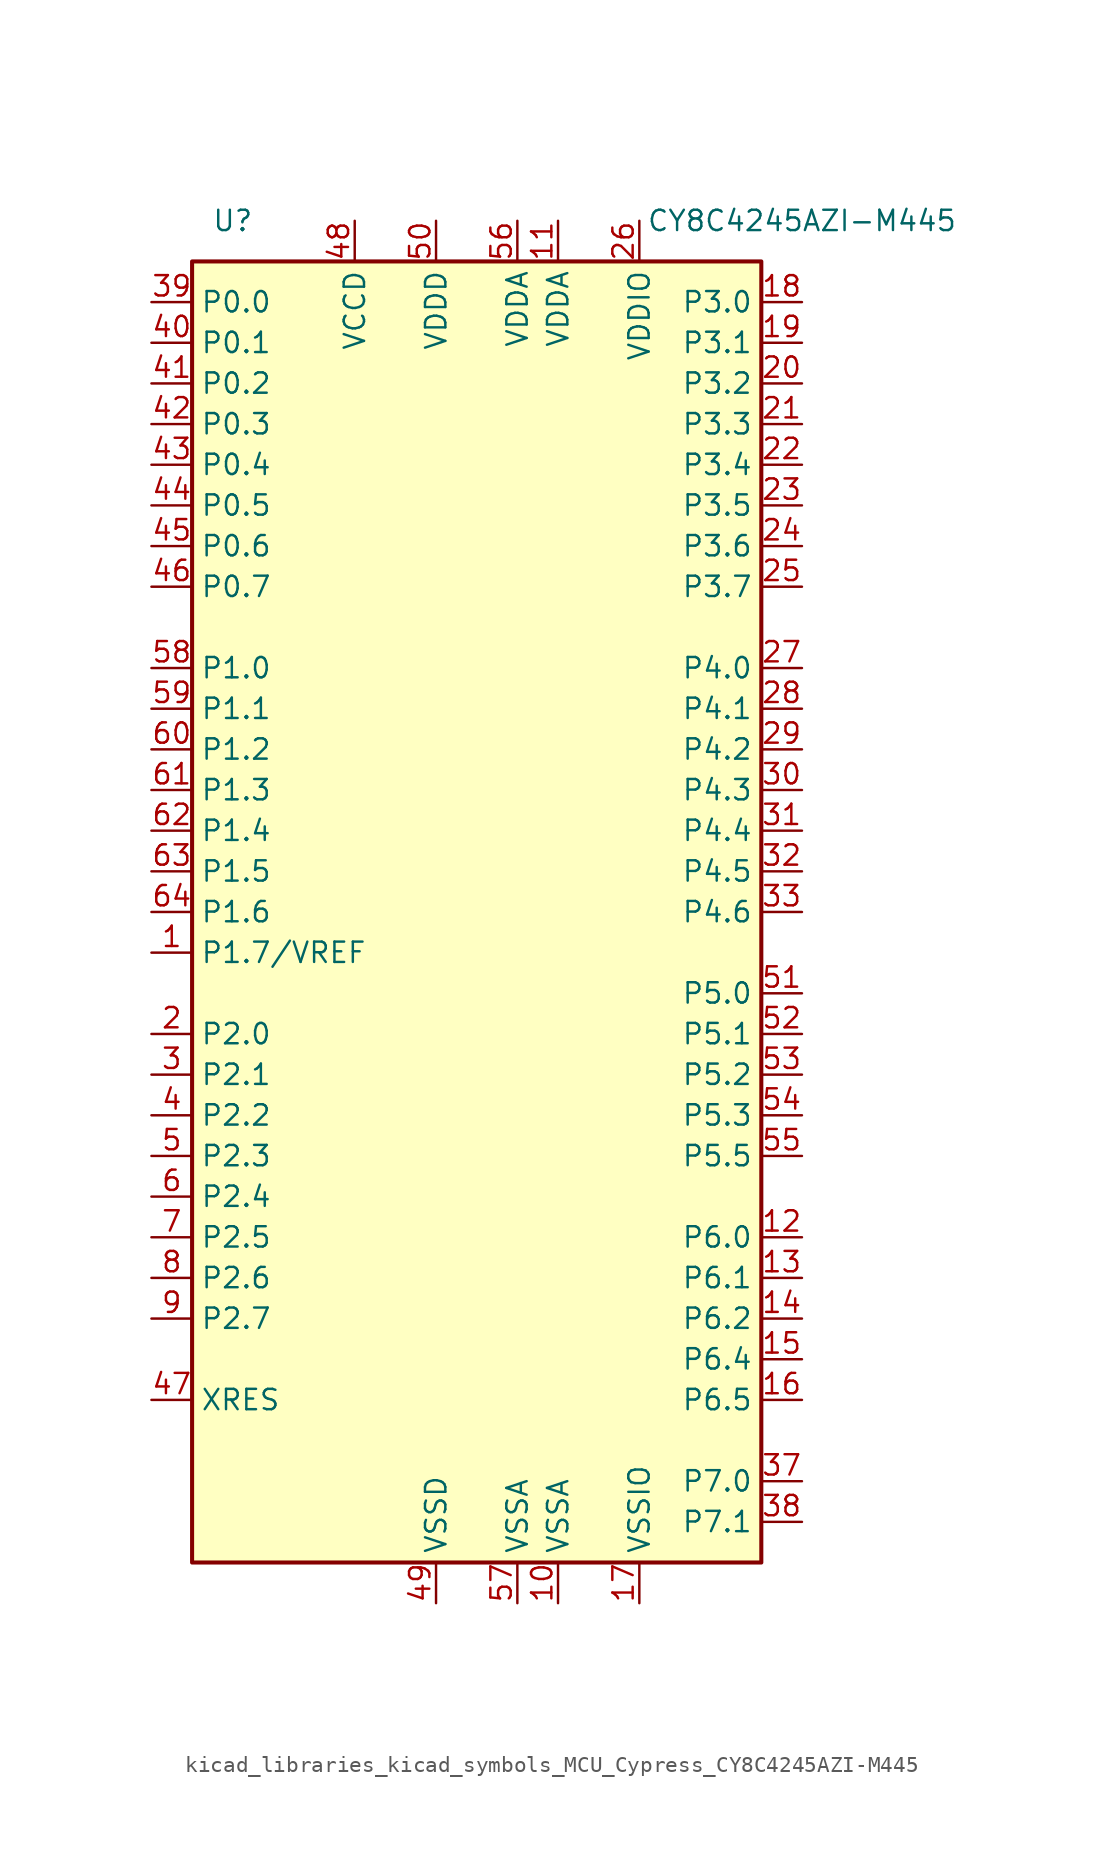
<source format=kicad_sym>
(kicad_symbol_lib
  (version 20220914)
  (generator kicad_symbol_editor)
  (symbol "kicad_libraries_kicad_symbols_MCU_Cypress_CY8C4245AZI-M445"
    (property "Reference" "U"
      (at -15.24 43.18 0)
      (effects (font (size 1.27 1.27))))
    (property "Value" "CY8C4245AZI-M445"
      (at 20.32 43.18 0)
      (effects (font (size 1.27 1.27))))
    (symbol "kicad_libraries_kicad_symbols_MCU_Cypress_CY8C4245AZI-M445_0_1"
      (rectangle (start -17.78 40.64) (end 17.78 -40.64) (stroke (width 0.254) (type default)) (fill (type background))))
    (symbol "kicad_libraries_kicad_symbols_MCU_Cypress_CY8C4245AZI-M445_1_1"
      (pin bidirectional line (at -20.32 -2.54 0) (length 2.54) (name "P1.7/VREF" (effects (font (size 1.27 1.27)))) (number "1" (effects (font (size 1.27 1.27)))))
      (pin power_in line (at 5.08 -43.18 90) (length 2.54) (name "VSSA" (effects (font (size 1.27 1.27)))) (number "10" (effects (font (size 1.27 1.27)))))
      (pin power_in line (at 5.08 43.18 270) (length 2.54) (name "VDDA" (effects (font (size 1.27 1.27)))) (number "11" (effects (font (size 1.27 1.27)))))
      (pin bidirectional line (at 20.32 -20.32 180) (length 2.54) (name "P6.0" (effects (font (size 1.27 1.27)))) (number "12" (effects (font (size 1.27 1.27)))))
      (pin bidirectional line (at 20.32 -22.86 180) (length 2.54) (name "P6.1" (effects (font (size 1.27 1.27)))) (number "13" (effects (font (size 1.27 1.27)))))
      (pin bidirectional line (at 20.32 -25.4 180) (length 2.54) (name "P6.2" (effects (font (size 1.27 1.27)))) (number "14" (effects (font (size 1.27 1.27)))))
      (pin bidirectional line (at 20.32 -27.94 180) (length 2.54) (name "P6.4" (effects (font (size 1.27 1.27)))) (number "15" (effects (font (size 1.27 1.27)))))
      (pin bidirectional line (at 20.32 -30.48 180) (length 2.54) (name "P6.5" (effects (font (size 1.27 1.27)))) (number "16" (effects (font (size 1.27 1.27)))))
      (pin power_in line (at 10.16 -43.18 90) (length 2.54) (name "VSSIO" (effects (font (size 1.27 1.27)))) (number "17" (effects (font (size 1.27 1.27)))))
      (pin bidirectional line (at 20.32 38.1 180) (length 2.54) (name "P3.0" (effects (font (size 1.27 1.27)))) (number "18" (effects (font (size 1.27 1.27)))))
      (pin bidirectional line (at 20.32 35.56 180) (length 2.54) (name "P3.1" (effects (font (size 1.27 1.27)))) (number "19" (effects (font (size 1.27 1.27)))))
      (pin bidirectional line (at -20.32 -7.62 0) (length 2.54) (name "P2.0" (effects (font (size 1.27 1.27)))) (number "2" (effects (font (size 1.27 1.27)))))
      (pin bidirectional line (at 20.32 33.02 180) (length 2.54) (name "P3.2" (effects (font (size 1.27 1.27)))) (number "20" (effects (font (size 1.27 1.27)))))
      (pin bidirectional line (at 20.32 30.48 180) (length 2.54) (name "P3.3" (effects (font (size 1.27 1.27)))) (number "21" (effects (font (size 1.27 1.27)))))
      (pin bidirectional line (at 20.32 27.94 180) (length 2.54) (name "P3.4" (effects (font (size 1.27 1.27)))) (number "22" (effects (font (size 1.27 1.27)))))
      (pin bidirectional line (at 20.32 25.4 180) (length 2.54) (name "P3.5" (effects (font (size 1.27 1.27)))) (number "23" (effects (font (size 1.27 1.27)))))
      (pin bidirectional line (at 20.32 22.86 180) (length 2.54) (name "P3.6" (effects (font (size 1.27 1.27)))) (number "24" (effects (font (size 1.27 1.27)))))
      (pin bidirectional line (at 20.32 20.32 180) (length 2.54) (name "P3.7" (effects (font (size 1.27 1.27)))) (number "25" (effects (font (size 1.27 1.27)))))
      (pin power_in line (at 10.16 43.18 270) (length 2.54) (name "VDDIO" (effects (font (size 1.27 1.27)))) (number "26" (effects (font (size 1.27 1.27)))))
      (pin bidirectional line (at 20.32 15.24 180) (length 2.54) (name "P4.0" (effects (font (size 1.27 1.27)))) (number "27" (effects (font (size 1.27 1.27)))))
      (pin bidirectional line (at 20.32 12.7 180) (length 2.54) (name "P4.1" (effects (font (size 1.27 1.27)))) (number "28" (effects (font (size 1.27 1.27)))))
      (pin bidirectional line (at 20.32 10.16 180) (length 2.54) (name "P4.2" (effects (font (size 1.27 1.27)))) (number "29" (effects (font (size 1.27 1.27)))))
      (pin bidirectional line (at -20.32 -10.16 0) (length 2.54) (name "P2.1" (effects (font (size 1.27 1.27)))) (number "3" (effects (font (size 1.27 1.27)))))
      (pin bidirectional line (at 20.32 7.62 180) (length 2.54) (name "P4.3" (effects (font (size 1.27 1.27)))) (number "30" (effects (font (size 1.27 1.27)))))
      (pin bidirectional line (at 20.32 5.08 180) (length 2.54) (name "P4.4" (effects (font (size 1.27 1.27)))) (number "31" (effects (font (size 1.27 1.27)))))
      (pin bidirectional line (at 20.32 2.54 180) (length 2.54) (name "P4.5" (effects (font (size 1.27 1.27)))) (number "32" (effects (font (size 1.27 1.27)))))
      (pin bidirectional line (at 20.32 0 180) (length 2.54) (name "P4.6" (effects (font (size 1.27 1.27)))) (number "33" (effects (font (size 1.27 1.27)))))
      (pin bidirectional line (at 20.32 -35.56 180) (length 2.54) (name "P7.0" (effects (font (size 1.27 1.27)))) (number "37" (effects (font (size 1.27 1.27)))))
      (pin bidirectional line (at 20.32 -38.1 180) (length 2.54) (name "P7.1" (effects (font (size 1.27 1.27)))) (number "38" (effects (font (size 1.27 1.27)))))
      (pin bidirectional line (at -20.32 38.1 0) (length 2.54) (name "P0.0" (effects (font (size 1.27 1.27)))) (number "39" (effects (font (size 1.27 1.27)))))
      (pin bidirectional line (at -20.32 -12.7 0) (length 2.54) (name "P2.2" (effects (font (size 1.27 1.27)))) (number "4" (effects (font (size 1.27 1.27)))))
      (pin bidirectional line (at -20.32 35.56 0) (length 2.54) (name "P0.1" (effects (font (size 1.27 1.27)))) (number "40" (effects (font (size 1.27 1.27)))))
      (pin bidirectional line (at -20.32 33.02 0) (length 2.54) (name "P0.2" (effects (font (size 1.27 1.27)))) (number "41" (effects (font (size 1.27 1.27)))))
      (pin bidirectional line (at -20.32 30.48 0) (length 2.54) (name "P0.3" (effects (font (size 1.27 1.27)))) (number "42" (effects (font (size 1.27 1.27)))))
      (pin bidirectional line (at -20.32 27.94 0) (length 2.54) (name "P0.4" (effects (font (size 1.27 1.27)))) (number "43" (effects (font (size 1.27 1.27)))))
      (pin bidirectional line (at -20.32 25.4 0) (length 2.54) (name "P0.5" (effects (font (size 1.27 1.27)))) (number "44" (effects (font (size 1.27 1.27)))))
      (pin bidirectional line (at -20.32 22.86 0) (length 2.54) (name "P0.6" (effects (font (size 1.27 1.27)))) (number "45" (effects (font (size 1.27 1.27)))))
      (pin bidirectional line (at -20.32 20.32 0) (length 2.54) (name "P0.7" (effects (font (size 1.27 1.27)))) (number "46" (effects (font (size 1.27 1.27)))))
      (pin input line (at -20.32 -30.48 0) (length 2.54) (name "XRES" (effects (font (size 1.27 1.27)))) (number "47" (effects (font (size 1.27 1.27)))))
      (pin power_out line (at -7.62 43.18 270) (length 2.54) (name "VCCD" (effects (font (size 1.27 1.27)))) (number "48" (effects (font (size 1.27 1.27)))))
      (pin power_in line (at -2.54 -43.18 90) (length 2.54) (name "VSSD" (effects (font (size 1.27 1.27)))) (number "49" (effects (font (size 1.27 1.27)))))
      (pin bidirectional line (at -20.32 -15.24 0) (length 2.54) (name "P2.3" (effects (font (size 1.27 1.27)))) (number "5" (effects (font (size 1.27 1.27)))))
      (pin power_in line (at -2.54 43.18 270) (length 2.54) (name "VDDD" (effects (font (size 1.27 1.27)))) (number "50" (effects (font (size 1.27 1.27)))))
      (pin bidirectional line (at 20.32 -5.08 180) (length 2.54) (name "P5.0" (effects (font (size 1.27 1.27)))) (number "51" (effects (font (size 1.27 1.27)))))
      (pin bidirectional line (at 20.32 -7.62 180) (length 2.54) (name "P5.1" (effects (font (size 1.27 1.27)))) (number "52" (effects (font (size 1.27 1.27)))))
      (pin bidirectional line (at 20.32 -10.16 180) (length 2.54) (name "P5.2" (effects (font (size 1.27 1.27)))) (number "53" (effects (font (size 1.27 1.27)))))
      (pin bidirectional line (at 20.32 -12.7 180) (length 2.54) (name "P5.3" (effects (font (size 1.27 1.27)))) (number "54" (effects (font (size 1.27 1.27)))))
      (pin bidirectional line (at 20.32 -15.24 180) (length 2.54) (name "P5.5" (effects (font (size 1.27 1.27)))) (number "55" (effects (font (size 1.27 1.27)))))
      (pin power_in line (at 2.54 43.18 270) (length 2.54) (name "VDDA" (effects (font (size 1.27 1.27)))) (number "56" (effects (font (size 1.27 1.27)))))
      (pin power_in line (at 2.54 -43.18 90) (length 2.54) (name "VSSA" (effects (font (size 1.27 1.27)))) (number "57" (effects (font (size 1.27 1.27)))))
      (pin bidirectional line (at -20.32 15.24 0) (length 2.54) (name "P1.0" (effects (font (size 1.27 1.27)))) (number "58" (effects (font (size 1.27 1.27)))))
      (pin bidirectional line (at -20.32 12.7 0) (length 2.54) (name "P1.1" (effects (font (size 1.27 1.27)))) (number "59" (effects (font (size 1.27 1.27)))))
      (pin bidirectional line (at -20.32 -17.78 0) (length 2.54) (name "P2.4" (effects (font (size 1.27 1.27)))) (number "6" (effects (font (size 1.27 1.27)))))
      (pin bidirectional line (at -20.32 10.16 0) (length 2.54) (name "P1.2" (effects (font (size 1.27 1.27)))) (number "60" (effects (font (size 1.27 1.27)))))
      (pin bidirectional line (at -20.32 7.62 0) (length 2.54) (name "P1.3" (effects (font (size 1.27 1.27)))) (number "61" (effects (font (size 1.27 1.27)))))
      (pin bidirectional line (at -20.32 5.08 0) (length 2.54) (name "P1.4" (effects (font (size 1.27 1.27)))) (number "62" (effects (font (size 1.27 1.27)))))
      (pin bidirectional line (at -20.32 2.54 0) (length 2.54) (name "P1.5" (effects (font (size 1.27 1.27)))) (number "63" (effects (font (size 1.27 1.27)))))
      (pin bidirectional line (at -20.32 0 0) (length 2.54) (name "P1.6" (effects (font (size 1.27 1.27)))) (number "64" (effects (font (size 1.27 1.27)))))
      (pin bidirectional line (at -20.32 -20.32 0) (length 2.54) (name "P2.5" (effects (font (size 1.27 1.27)))) (number "7" (effects (font (size 1.27 1.27)))))
      (pin bidirectional line (at -20.32 -22.86 0) (length 2.54) (name "P2.6" (effects (font (size 1.27 1.27)))) (number "8" (effects (font (size 1.27 1.27)))))
      (pin bidirectional line (at -20.32 -25.4 0) (length 2.54) (name "P2.7" (effects (font (size 1.27 1.27)))) (number "9" (effects (font (size 1.27 1.27))))))))
</source>
